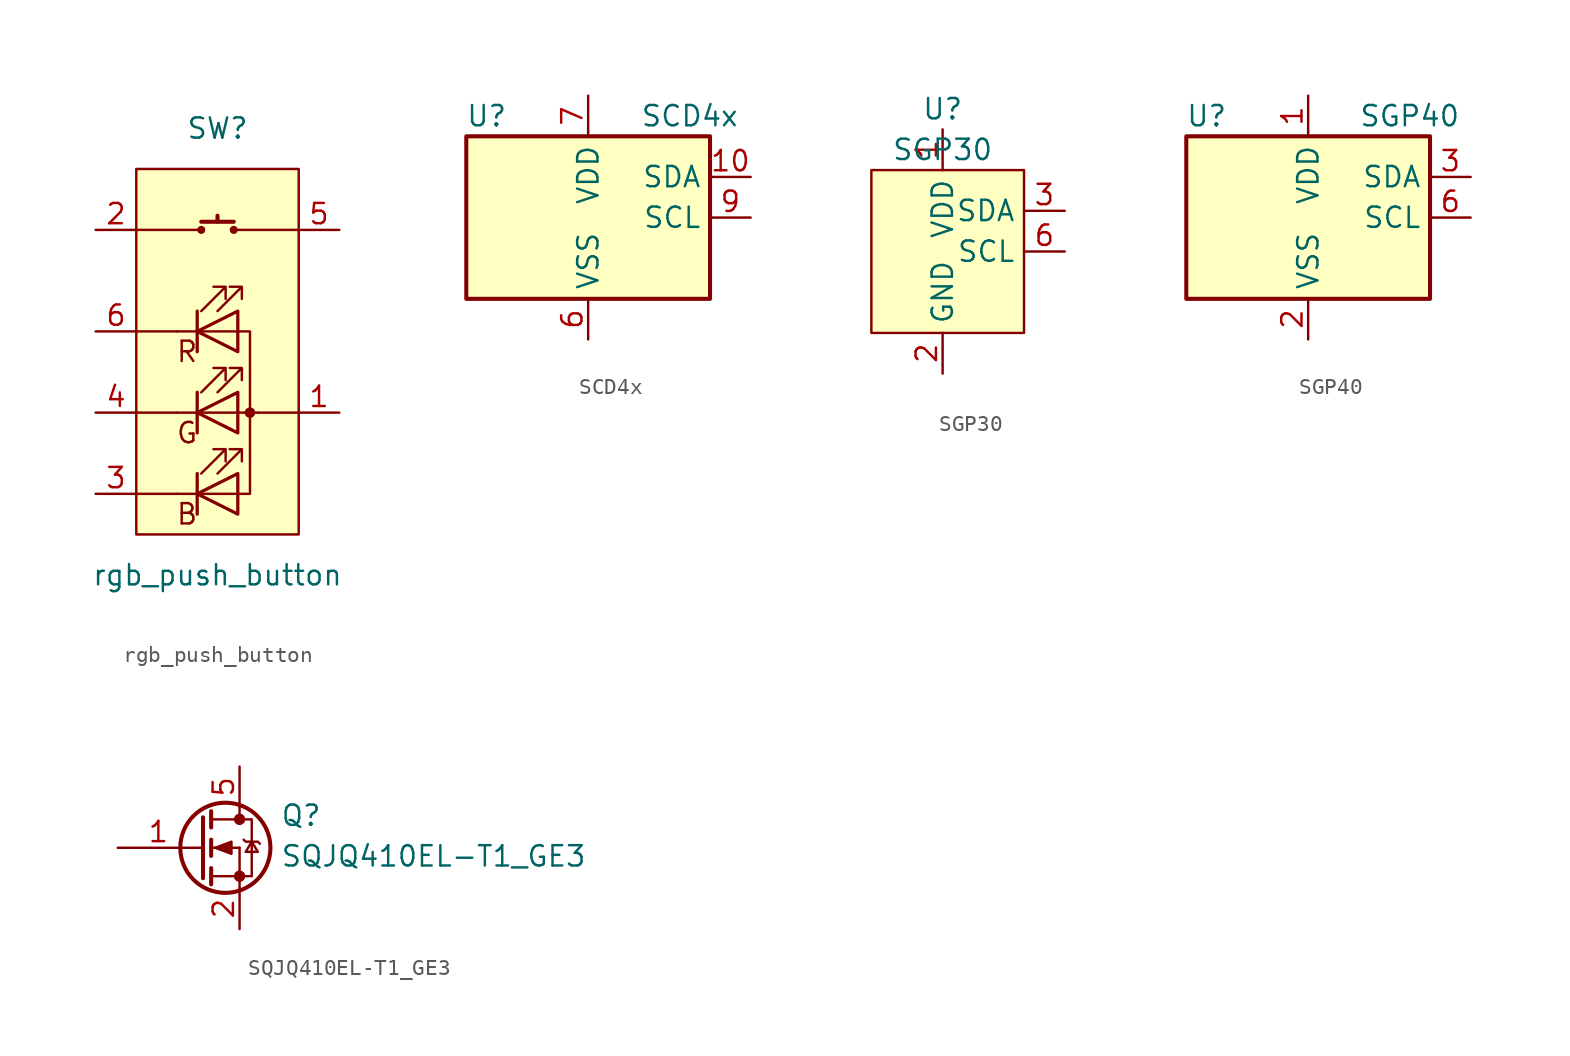
<source format=kicad_sym>
(kicad_symbol_lib
  (version 20211014)
  (generator kicad_symbol_editor)
  (symbol "ownLib:rgb_push_button"
    (pin_names
      (offset 1.016) hide)
    (property "Reference" "SW"
      (at 0 6.35 0)
      (effects (font (size 1.27 1.27))))
    (property "Value" "rgb_push_button"
      (at 0 -21.59 0)
      (effects (font (size 1.27 1.27))))
    (symbol "rgb_push_button_0_1"
      (polyline (pts (xy -5.08 -16.51) (xy -2.54 -16.51)) (stroke (width 0) (type default) (color 0 0 0 0)) (fill (type none)))
      (polyline (pts (xy -5.08 -11.43) (xy -2.54 -11.43)) (stroke (width 0) (type default) (color 0 0 0 0)) (fill (type none)))
      (polyline (pts (xy -5.08 -6.35) (xy -2.54 -6.35)) (stroke (width 0) (type default) (color 0 0 0 0)) (fill (type none)))
      (polyline (pts (xy -5.08 0) (xy -1.016 0)) (stroke (width 0) (type default) (color 0 0 0 0)) (fill (type none)))
      (polyline (pts (xy 2.54 -11.43) (xy 5.08 -11.43)) (stroke (width 0) (type default) (color 0 0 0 0)) (fill (type none)))
      (polyline (pts (xy 5.08 0) (xy 1.016 0)) (stroke (width 0) (type default) (color 0 0 0 0)) (fill (type none)))
      (rectangle (start 5.08 3.81) (end -5.08 -19.05) (stroke (width 0) (type default) (color 0 0 0 0)) (fill (type background))))
    (symbol "rgb_push_button_1_1"
      (circle (center -1.016 0) (radius 0.127) (stroke (width 0.254) (type default) (color 0 0 0 0)) (fill (type none)))
      (polyline (pts (xy -2.54 -16.51) (xy 1.27 -16.51)) (stroke (width 0) (type default) (color 0 0 0 0)) (fill (type none)))
      (polyline (pts (xy -1.27 -15.24) (xy -1.27 -17.78)) (stroke (width 0.203) (type default) (color 0 0 0 0)) (fill (type none)))
      (polyline (pts (xy -1.27 -10.16) (xy -1.27 -12.7)) (stroke (width 0.203) (type default) (color 0 0 0 0)) (fill (type none)))
      (polyline (pts (xy -1.27 -5.08) (xy -1.27 -7.62)) (stroke (width 0.203) (type default) (color 0 0 0 0)) (fill (type none)))
      (polyline (pts (xy 0 0.508) (xy 0 0.889)) (stroke (width 0.254) (type default) (color 0 0 0 0)) (fill (type none)))
      (polyline (pts (xy 1.016 0.508) (xy -1.016 0.508)) (stroke (width 0.254) (type default) (color 0 0 0 0)) (fill (type none)))
      (polyline (pts (xy 1.27 -6.35) (xy -2.54 -6.35)) (stroke (width 0) (type default) (color 0 0 0 0)) (fill (type none)))
      (polyline (pts (xy 2.54 -11.43) (xy -2.54 -11.43)) (stroke (width 0) (type default) (color 0 0 0 0)) (fill (type none)))
      (polyline (pts (xy 1.27 -16.51) (xy 2.032 -16.51) (xy 2.032 -6.35) (xy 1.27 -6.35)) (stroke (width 0) (type default) (color 0 0 0 0)) (fill (type none)))
      (polyline (pts (xy 1.27 -15.24) (xy 1.27 -17.78) (xy -1.27 -16.51) (xy 1.27 -15.24)) (stroke (width 0.203) (type default) (color 0 0 0 0)) (fill (type none)))
      (polyline (pts (xy 1.27 -10.16) (xy 1.27 -12.7) (xy -1.27 -11.43) (xy 1.27 -10.16)) (stroke (width 0.203) (type default) (color 0 0 0 0)) (fill (type none)))
      (polyline (pts (xy 1.27 -5.08) (xy 1.27 -7.62) (xy -1.27 -6.35) (xy 1.27 -5.08)) (stroke (width 0.203) (type default) (color 0 0 0 0)) (fill (type none)))
      (polyline (pts (xy -1.016 -15.24) (xy 0.508 -13.716) (xy -0.254 -13.716) (xy 0.508 -13.716) (xy 0.508 -14.478)) (stroke (width 0) (type default) (color 0 0 0 0)) (fill (type none)))
      (polyline (pts (xy -1.016 -10.16) (xy 0.508 -8.636) (xy -0.254 -8.636) (xy 0.508 -8.636) (xy 0.508 -9.398)) (stroke (width 0) (type default) (color 0 0 0 0)) (fill (type none)))
      (polyline (pts (xy -1.016 -5.08) (xy 0.508 -3.556) (xy -0.254 -3.556) (xy 0.508 -3.556) (xy 0.508 -4.318)) (stroke (width 0) (type default) (color 0 0 0 0)) (fill (type none)))
      (polyline (pts (xy 0 -15.24) (xy 1.524 -13.716) (xy 0.762 -13.716) (xy 1.524 -13.716) (xy 1.524 -14.478)) (stroke (width 0) (type default) (color 0 0 0 0)) (fill (type none)))
      (polyline (pts (xy 0 -10.16) (xy 1.524 -8.636) (xy 0.762 -8.636) (xy 1.524 -8.636) (xy 1.524 -9.398)) (stroke (width 0) (type default) (color 0 0 0 0)) (fill (type none)))
      (polyline (pts (xy 0 -5.08) (xy 1.524 -3.556) (xy 0.762 -3.556) (xy 1.524 -3.556) (xy 1.524 -4.318)) (stroke (width 0) (type default) (color 0 0 0 0)) (fill (type none)))
      (circle (center 1.016 0) (radius 0.127) (stroke (width 0.254) (type default) (color 0 0 0 0)) (fill (type none)))
      (rectangle (start 1.27 -5.08) (end 1.27 -5.08) (stroke (width 0) (type default) (color 0 0 0 0)) (fill (type none)))
      (circle (center 2.032 -11.43) (radius 0.254) (stroke (width 0) (type default) (color 0 0 0 0)) (fill (type outline)))
      (text "B" (at -1.905 -17.78 0) (effects (font (size 1.27 1.27))))
      (text "G" (at -1.905 -12.7 0) (effects (font (size 1.27 1.27))))
      (text "R" (at -1.905 -7.62 0) (effects (font (size 1.27 1.27))))
      (pin passive line (at 7.62 -11.43 180) (length 2.54) (name "+" (effects (font (size 1.27 1.27)))) (number "1" (effects (font (size 1.27 1.27)))))
      (pin passive line (at -7.62 0 0) (length 2.54) (name "SW1" (effects (font (size 1.27 1.27)))) (number "2" (effects (font (size 1.27 1.27)))))
      (pin passive line (at -7.62 -16.51 0) (length 2.54) (name "B" (effects (font (size 1.27 1.27)))) (number "3" (effects (font (size 1.27 1.27)))))
      (pin passive line (at -7.62 -11.43 0) (length 2.54) (name "G" (effects (font (size 1.27 1.27)))) (number "4" (effects (font (size 1.27 1.27)))))
      (pin passive line (at 7.62 0 180) (length 2.54) (name "SW2" (effects (font (size 1.27 1.27)))) (number "5" (effects (font (size 1.27 1.27)))))
      (pin passive line (at -7.62 -6.35 0) (length 2.54) (name "R" (effects (font (size 1.27 1.27)))) (number "6" (effects (font (size 1.27 1.27)))))))
  (symbol "ownLib:SCD4x"
    (property "Reference" "U"
      (at -6.35 6.35 0)
      (effects (font (size 1.27 1.27))))
    (property "Value" "SCD4x"
      (at 6.35 6.35 0)
      (effects (font (size 1.27 1.27))))
    (symbol "SCD4x_0_1"
      (rectangle (start -7.62 5.08) (end 7.62 -5.08) (stroke (width 0.254) (type default) (color 0 0 0 0)) (fill (type background))))
    (symbol "SCD4x_1_1"
      (pin bidirectional line (at 10.16 2.54 180) (length 2.54) (name "SDA" (effects (font (size 1.27 1.27)))) (number "10" (effects (font (size 1.27 1.27)))))
      (pin passive line (at 0 7.62 270) (length 2.54) hide (name "VDD" (effects (font (size 1.27 1.27)))) (number "19" (effects (font (size 1.27 1.27)))))
      (pin passive line (at 0 -7.62 90) (length 2.54) hide (name "VSS" (effects (font (size 1.27 1.27)))) (number "20" (effects (font (size 1.27 1.27)))))
      (pin passive line (at 0 -7.62 90) (length 2.54) hide (name "VSS" (effects (font (size 1.27 1.27)))) (number "21" (effects (font (size 1.27 1.27)))))
      (pin power_in line (at 0 -7.62 90) (length 2.54) (name "VSS" (effects (font (size 1.27 1.27)))) (number "6" (effects (font (size 1.27 1.27)))))
      (pin power_in line (at 0 7.62 270) (length 2.54) (name "VDD" (effects (font (size 1.27 1.27)))) (number "7" (effects (font (size 1.27 1.27)))))
      (pin input line (at 10.16 0 180) (length 2.54) (name "SCL" (effects (font (size 1.27 1.27)))) (number "9" (effects (font (size 1.27 1.27)))))))
  (symbol "ownLib:SGP30"
    (property "Reference" "U"
      (at 0 7.62 0)
      (effects (font (size 1.27 1.27))))
    (property "Value" "SGP30"
      (at 0 5.08 0)
      (effects (font (size 1.27 1.27))))
    (symbol "SGP30_0_0"
      (pin power_in line (at 0 6.35 270) (length 2.54) (name "VDD" (effects (font (size 1.27 1.27)))) (number "1" (effects (font (size 1.27 1.27)))))
      (pin power_in line (at 0 -8.89 90) (length 2.54) (name "GND" (effects (font (size 1.27 1.27)))) (number "2" (effects (font (size 1.27 1.27)))))
      (pin bidirectional line (at 7.62 1.27 180) (length 2.54) (name "SDA" (effects (font (size 1.27 1.27)))) (number "3" (effects (font (size 1.27 1.27)))))
      (pin passive line (at 0 -8.89 90) (length 2.54) hide (name "R" (effects (font (size 1.27 1.27)))) (number "4" (effects (font (size 1.27 1.27)))))
      (pin passive line (at 0 6.35 270) (length 2.54) hide (name "VDDH" (effects (font (size 1.27 1.27)))) (number "5" (effects (font (size 1.27 1.27)))))
      (pin bidirectional line (at 7.62 -1.27 180) (length 2.54) (name "SCL" (effects (font (size 1.27 1.27)))) (number "6" (effects (font (size 1.27 1.27)))))
      (pin passive line (at 0 -8.89 90) (length 2.54) hide (name "EP" (effects (font (size 1.27 1.27)))) (number "7" (effects (font (size 1.27 1.27))))))
    (symbol "SGP30_0_1"
      (rectangle (start -4.445 3.81) (end 5.08 -6.35) (stroke (width 0.152) (type default) (color 0 0 0 0)) (fill (type background)))))
  (symbol "ownLib:SGP40"
    (property "Reference" "U"
      (at -6.35 6.35 0)
      (effects (font (size 1.27 1.27))))
    (property "Value" "SGP40"
      (at 6.35 6.35 0)
      (effects (font (size 1.27 1.27))))
    (symbol "SGP40_0_1"
      (rectangle (start -7.62 5.08) (end 7.62 -5.08) (stroke (width 0.254) (type default) (color 0 0 0 0)) (fill (type background))))
    (symbol "SGP40_1_1"
      (pin power_in line (at 0 7.62 270) (length 2.54) (name "VDD" (effects (font (size 1.27 1.27)))) (number "1" (effects (font (size 1.27 1.27)))))
      (pin power_in line (at 0 -7.62 90) (length 2.54) (name "VSS" (effects (font (size 1.27 1.27)))) (number "2" (effects (font (size 1.27 1.27)))))
      (pin bidirectional line (at 10.16 2.54 180) (length 2.54) (name "SDA" (effects (font (size 1.27 1.27)))) (number "3" (effects (font (size 1.27 1.27)))))
      (pin passive line (at 0 7.62 270) (length 2.54) hide (name "VDD" (effects (font (size 1.27 1.27)))) (number "5" (effects (font (size 1.27 1.27)))))
      (pin input line (at 10.16 0 180) (length 2.54) (name "SCL" (effects (font (size 1.27 1.27)))) (number "6" (effects (font (size 1.27 1.27)))))
      (pin passive line (at 0 -7.62 90) (length 2.54) hide (name "VSS" (effects (font (size 1.27 1.27)))) (number "7" (effects (font (size 1.27 1.27)))))))
  (symbol "ownLib:SQJQ410EL-T1_GE3"
    (pin_names
      (offset 1.016) hide)
    (property "Reference" "Q"
      (at 5.08 1.27 0)
      (effects (font (size 1.27 1.27)) (justify left bottom)))
    (property "Value" "SQJQ410EL-T1_GE3"
      (at 5.08 -1.27 0)
      (effects (font (size 1.27 1.27)) (justify left bottom)))
    (symbol "SQJQ410EL-T1_GE3_1_1"
      (polyline (pts (xy 0.051 0) (xy 0.254 0)) (stroke (width 0) (type default) (color 0 0 0 0)) (fill (type none)))
      (polyline (pts (xy 0.762 -1.778) (xy 2.54 -1.778)) (stroke (width 0) (type default) (color 0 0 0 0)) (fill (type none)))
      (polyline (pts (xy 0.762 -1.27) (xy 0.762 -2.286)) (stroke (width 0.254) (type default) (color 0 0 0 0)) (fill (type none)))
      (polyline (pts (xy 0.762 0) (xy 2.54 0)) (stroke (width 0) (type default) (color 0 0 0 0)) (fill (type none)))
      (polyline (pts (xy 0.762 0.508) (xy 0.762 -0.508)) (stroke (width 0.254) (type default) (color 0 0 0 0)) (fill (type none)))
      (polyline (pts (xy 0.762 1.778) (xy 2.54 1.778)) (stroke (width 0) (type default) (color 0 0 0 0)) (fill (type none)))
      (polyline (pts (xy 0.762 2.286) (xy 0.762 1.27)) (stroke (width 0.254) (type default) (color 0 0 0 0)) (fill (type none)))
      (polyline (pts (xy 2.54 -1.778) (xy 2.54 -2.54)) (stroke (width 0) (type default) (color 0 0 0 0)) (fill (type none)))
      (polyline (pts (xy 2.54 -1.778) (xy 2.54 0)) (stroke (width 0) (type default) (color 0 0 0 0)) (fill (type none)))
      (polyline (pts (xy 2.54 2.54) (xy 2.54 1.778)) (stroke (width 0) (type default) (color 0 0 0 0)) (fill (type none)))
      (polyline (pts (xy 0.254 1.905) (xy 0.254 -1.905) (xy 0.254 -1.905)) (stroke (width 0.254) (type default) (color 0 0 0 0)) (fill (type none)))
      (polyline (pts (xy 1.016 0) (xy 2.032 0.381) (xy 2.032 -0.381) (xy 1.016 0)) (stroke (width 0) (type default) (color 0 0 0 0)) (fill (type outline)))
      (polyline (pts (xy 2.54 -1.778) (xy 3.302 -1.778) (xy 3.302 1.778) (xy 2.54 1.778)) (stroke (width 0) (type default) (color 0 0 0 0)) (fill (type none)))
      (polyline (pts (xy 2.794 0.508) (xy 2.921 0.381) (xy 3.683 0.381) (xy 3.81 0.254)) (stroke (width 0) (type default) (color 0 0 0 0)) (fill (type none)))
      (polyline (pts (xy 3.302 0.381) (xy 2.921 -0.254) (xy 3.683 -0.254) (xy 3.302 0.381)) (stroke (width 0) (type default) (color 0 0 0 0)) (fill (type none)))
      (circle (center 1.651 0) (radius 2.819) (stroke (width 0.254) (type default) (color 0 0 0 0)) (fill (type none)))
      (circle (center 2.54 -1.778) (radius 0.279) (stroke (width 0) (type default) (color 0 0 0 0)) (fill (type outline)))
      (circle (center 2.54 1.778) (radius 0.279) (stroke (width 0) (type default) (color 0 0 0 0)) (fill (type outline)))
      (pin input line (at -5.08 0 0) (length 5.08) (name "G" (effects (font (size 1.27 1.27)))) (number "1" (effects (font (size 1.27 1.27)))))
      (pin passive line (at 2.54 -5.08 90) (length 2.54) (name "S" (effects (font (size 1.27 1.27)))) (number "2" (effects (font (size 1.27 1.27)))))
      (pin passive line (at 2.54 -5.08 90) (length 2.54) hide (name "S" (effects (font (size 1.27 1.27)))) (number "3" (effects (font (size 1.27 1.27)))))
      (pin passive line (at 2.54 -5.08 90) (length 2.54) hide (name "S" (effects (font (size 1.27 1.27)))) (number "4" (effects (font (size 1.27 1.27)))))
      (pin passive line (at 2.54 5.08 270) (length 2.54) (name "D" (effects (font (size 1.27 1.27)))) (number "5" (effects (font (size 1.27 1.27))))))))
</source>
